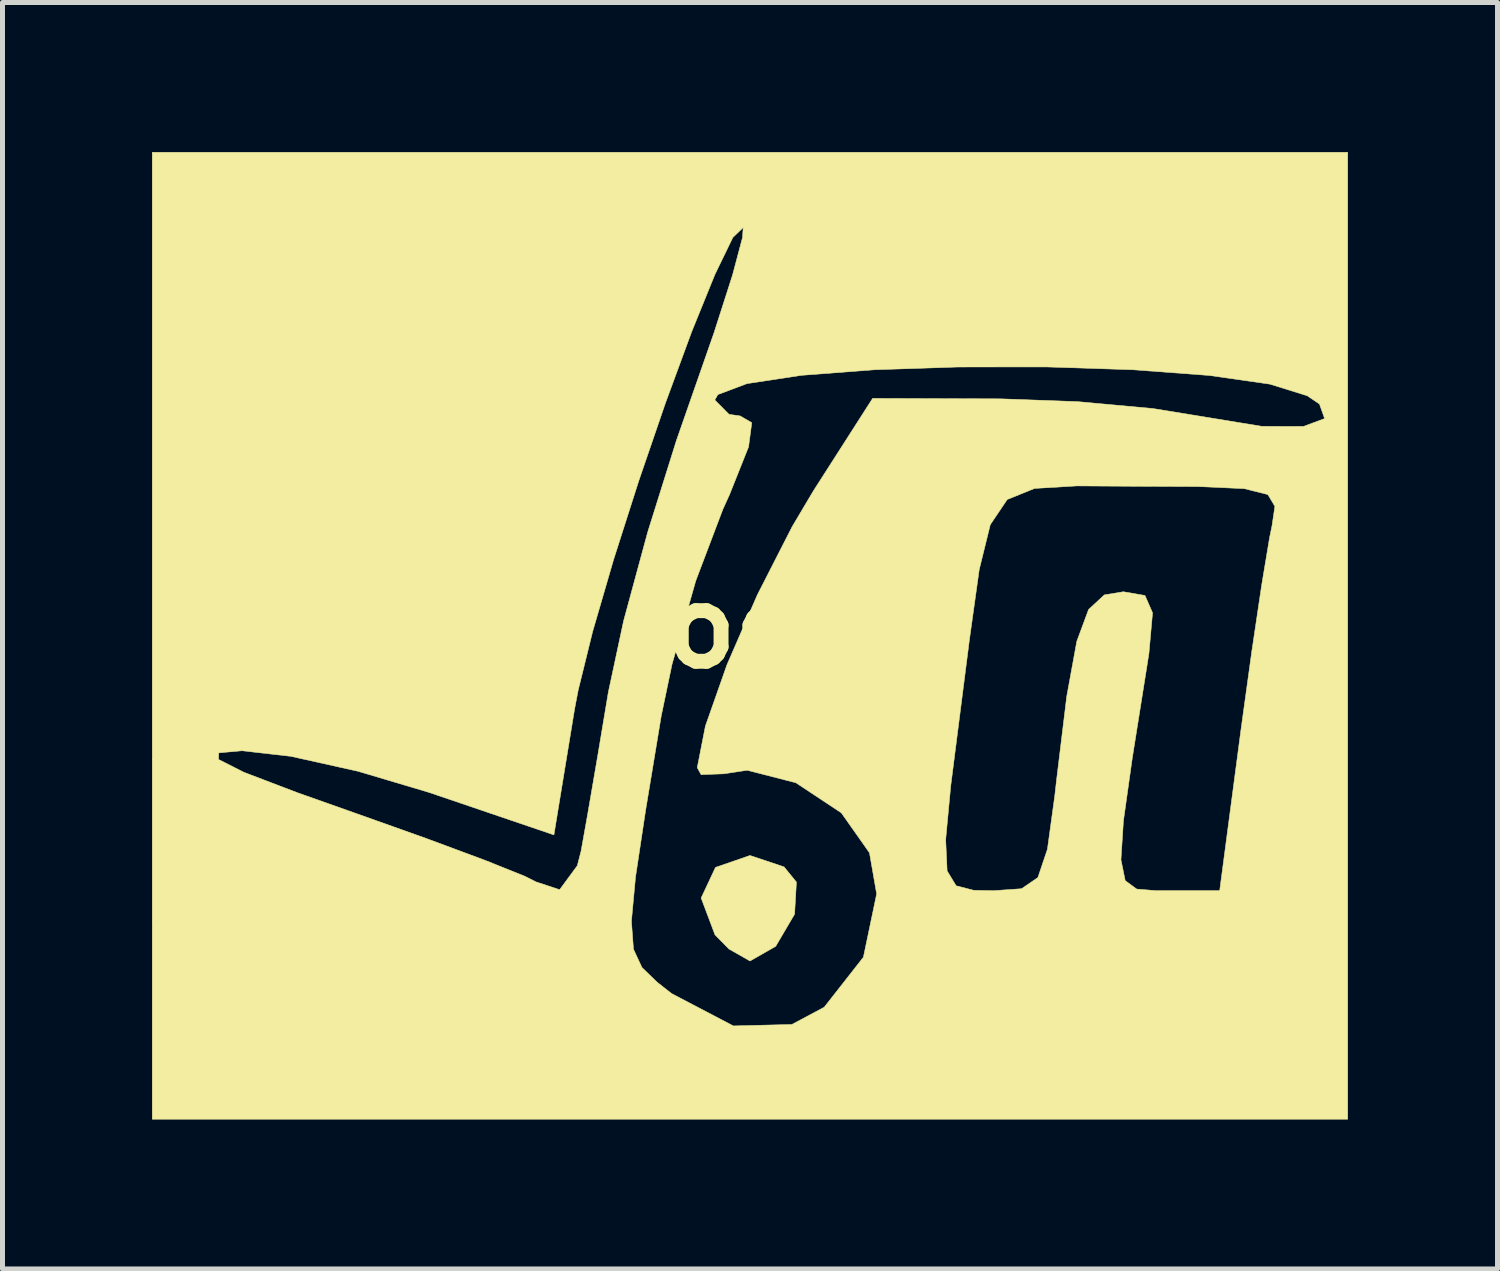
<source format=kicad_pcb>
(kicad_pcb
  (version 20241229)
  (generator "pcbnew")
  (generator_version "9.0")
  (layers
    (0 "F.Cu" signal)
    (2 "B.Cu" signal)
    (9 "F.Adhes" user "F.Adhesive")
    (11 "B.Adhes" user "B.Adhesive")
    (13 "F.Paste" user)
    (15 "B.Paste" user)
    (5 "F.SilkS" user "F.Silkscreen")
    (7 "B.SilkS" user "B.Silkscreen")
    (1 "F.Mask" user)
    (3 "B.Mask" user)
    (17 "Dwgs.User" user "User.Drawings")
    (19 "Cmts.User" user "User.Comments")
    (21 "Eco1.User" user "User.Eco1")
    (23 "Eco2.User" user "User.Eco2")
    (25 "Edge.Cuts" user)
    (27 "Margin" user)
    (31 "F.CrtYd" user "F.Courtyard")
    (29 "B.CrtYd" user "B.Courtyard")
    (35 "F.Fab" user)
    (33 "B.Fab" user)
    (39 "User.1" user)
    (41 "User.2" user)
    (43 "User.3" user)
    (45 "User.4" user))
  (footprint "logo"
    (layer "F.Cu")
    (at 11.999 9.53)
    (property "Reference" "logo" (at 0 0 0) (layer "F.SilkS") (effects (font (size 1.524 1.524) (thickness 0.3))))
    (attr through_hole)
    (fp_poly (pts (xy 0.684 4.815) (xy 0.932 5.12) (xy 0.895 5.764) (xy 0.516 6.409) (xy 0.001 6.703) (xy 0 6.703) (xy -0.422 6.463) (xy -0.702 6.178) (xy -0.98 5.439) (xy -0.692 4.825) (xy 0 4.586) (xy 0.684 4.815)) (stroke (width 0.01) (type solid)) (fill yes) (layer "F.SilkS"))
    (fp_poly (pts (xy 11.994 9.878) (xy -11.994 9.878) (xy -11.994 5.905) (xy -2.379 5.905) (xy -2.338 6.467) (xy -2.168 6.833) (xy -1.864 7.128) (xy -1.572 7.357) (xy -0.333 8.006) (xy 0.84 7.977) (xy 1.49 7.63) (xy 2.276 6.627) (xy 2.542 5.357) (xy 2.398 4.533) (xy 2.211 4.267) (xy 3.927 4.267) (xy 3.956 4.896) (xy 4.137 5.194) (xy 4.492 5.285) (xy 4.893 5.292) (xy 5.449 5.253) (xy 5.777 5.029) (xy 5.969 4.459) (xy 6.117 3.381) (xy 6.15 3.087) (xy 6.356 1.395) (xy 6.558 0.289) (xy 6.795 -0.351) (xy 7.111 -0.643) (xy 7.492 -0.706) (xy 7.926 -0.631) (xy 8.078 -0.283) (xy 8.006 0.525) (xy 7.964 0.794) (xy 7.671 2.634) (xy 7.494 3.889) (xy 7.444 4.671) (xy 7.529 5.09) (xy 7.76 5.26) (xy 8.148 5.292) (xy 8.369 5.292) (xy 9.425 5.292) (xy 9.857 2.028) (xy 10.069 0.495) (xy 10.269 -0.847) (xy 10.426 -1.79) (xy 10.475 -2.028) (xy 10.533 -2.42) (xy 10.392 -2.656) (xy 9.919 -2.775) (xy 8.981 -2.817) (xy 7.806 -2.822) (xy 6.562 -2.83) (xy 5.711 -2.779) (xy 5.162 -2.557) (xy 4.822 -2.052) (xy 4.6 -1.151) (xy 4.403 0.258) (xy 4.241 1.525) (xy 4.029 3.184) (xy 3.927 4.267) (xy 2.211 4.267) (xy 1.833 3.731) (xy 0.921 3.127) (xy -0.055 2.876) (xy -0.523 2.947) (xy -0.981 2.964) (xy -1.058 2.823) (xy -0.894 1.988) (xy -0.462 0.76) (xy 0.149 -0.646) (xy 0.847 -2.013) (xy 1.272 -2.729) (xy 2.461 -4.586) (xy 5.023 -4.577) (xy 6.573 -4.521) (xy 8.088 -4.382) (xy 9.143 -4.21) (xy 10.272 -4.025) (xy 11.107 -4.024) (xy 11.531 -4.181) (xy 11.427 -4.473) (xy 11.181 -4.639) (xy 10.432 -4.872) (xy 9.217 -5.046) (xy 7.677 -5.161) (xy 5.949 -5.217) (xy 4.172 -5.216) (xy 2.486 -5.16) (xy 1.028 -5.048) (xy -0.061 -4.882) (xy -0.645 -4.662) (xy -0.706 -4.554) (xy -0.421 -4.266) (xy -0.196 -4.233) (xy 0.036 -4.098) (xy -0.028 -3.614) (xy -0.408 -2.66) (xy -0.545 -2.358) (xy -1.088 -0.925) (xy -1.565 0.753) (xy -1.781 1.787) (xy -2.096 3.69) (xy -2.297 5.021) (xy -2.379 5.905) (xy -11.994 5.905) (xy -11.994 2.659) (xy -10.664 2.659) (xy -10.158 2.915) (xy -9.079 3.327) (xy -7.965 3.721) (xy -6.504 4.241) (xy -5.307 4.686) (xy -4.521 5.001) (xy -4.29 5.117) (xy -3.819 5.272) (xy -3.465 4.791) (xy -3.389 4.498) (xy -3.255 3.747) (xy -3.052 2.566) (xy -2.842 1.309) (xy -2.536 -0.12) (xy -2.052 -1.903) (xy -1.476 -3.741) (xy -1.219 -4.478) (xy -0.721 -5.904) (xy -0.349 -7.064) (xy -0.15 -7.813) (xy -0.136 -8.015) (xy -0.344 -7.814) (xy -0.704 -7.071) (xy -1.171 -5.92) (xy -1.696 -4.493) (xy -2.233 -2.927) (xy -2.736 -1.353) (xy -3.157 0.092) (xy -3.449 1.277) (xy -3.519 1.646) (xy -3.934 4.173) (xy -6.439 3.321) (xy -7.863 2.897) (xy -9.21 2.597) (xy -10.19 2.485) (xy -10.204 2.485) (xy -10.66 2.527) (xy -10.664 2.659) (xy -11.994 2.659) (xy -11.994 -9.525) (xy 11.994 -9.525) (xy 11.994 9.878)) (stroke (width 0.01) (type solid)) (fill yes) (layer "F.SilkS")))
  (gr_rect
    (start -3 -3)
    (end 26.999 22.413)
    (stroke (width 0.1) (type default))
    (fill no)
    (layer "Edge.Cuts")))
</source>
